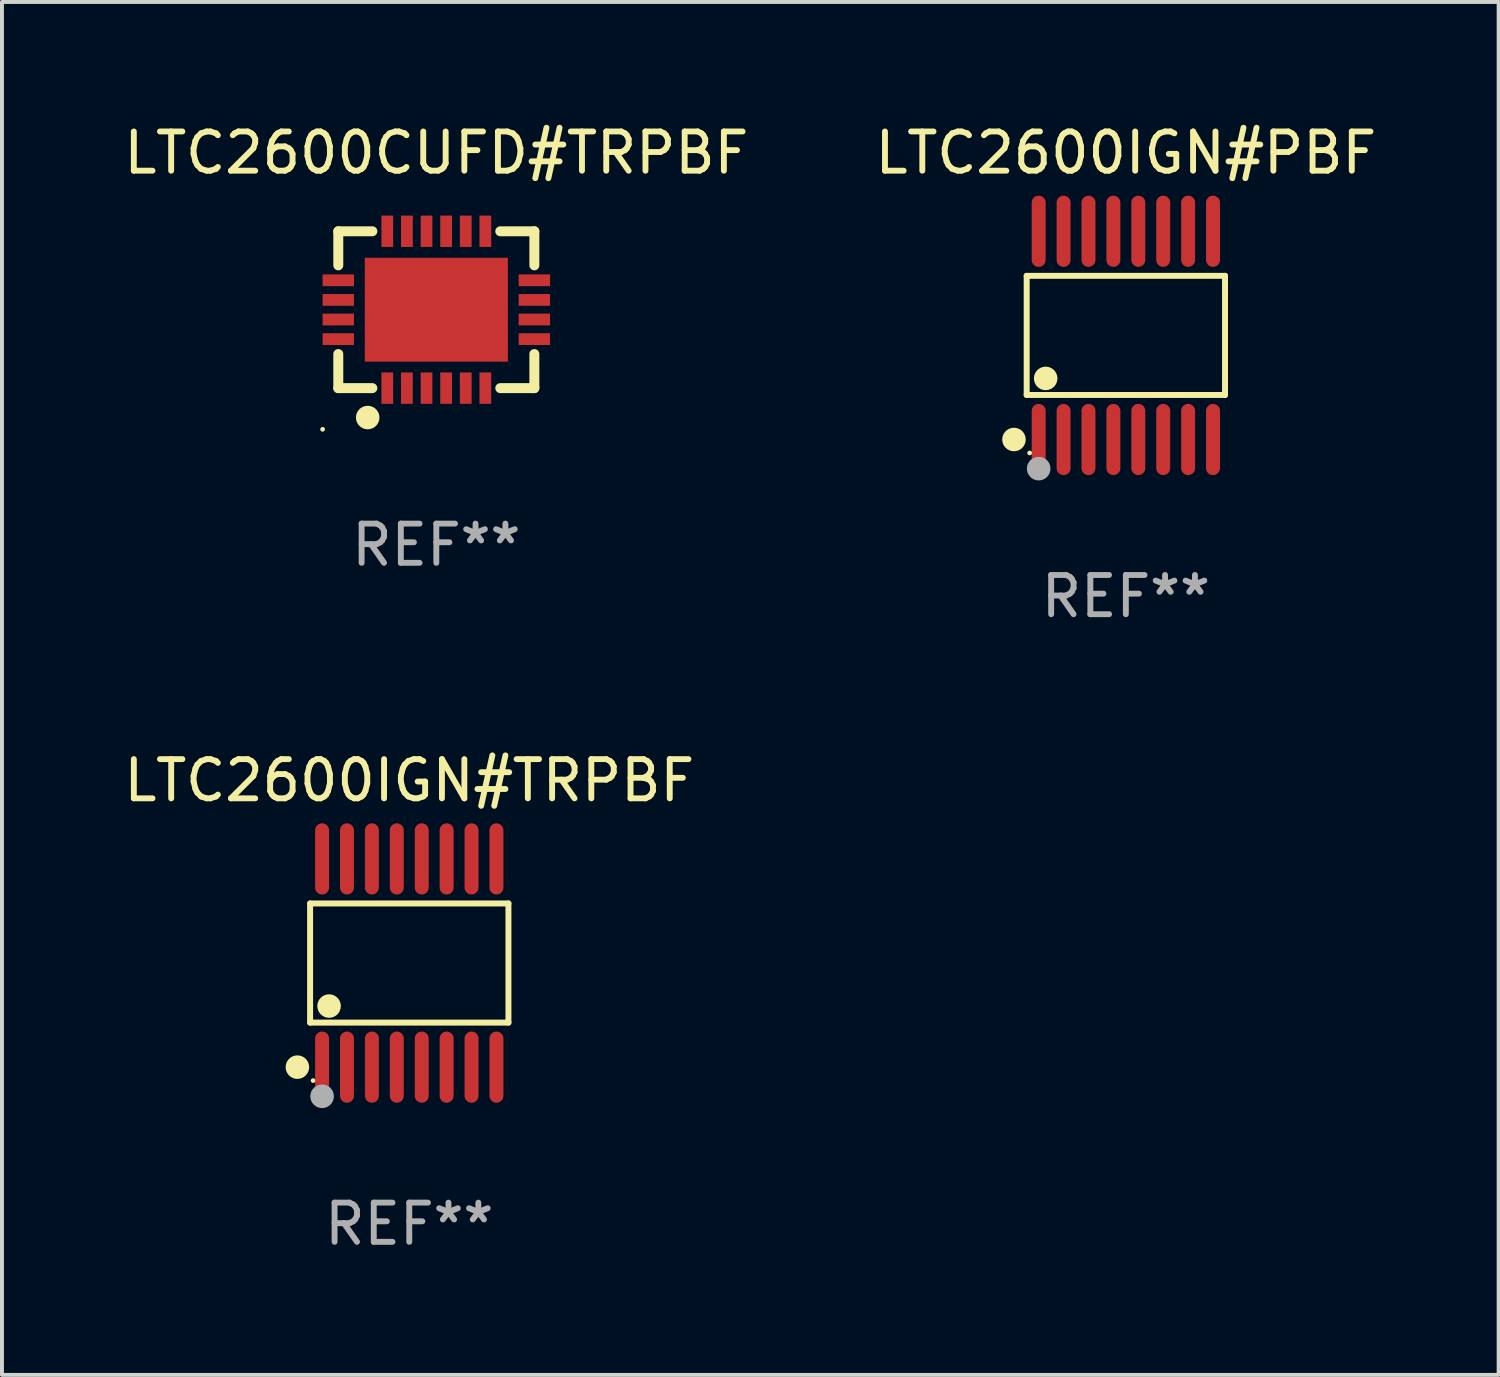
<source format=kicad_pcb>
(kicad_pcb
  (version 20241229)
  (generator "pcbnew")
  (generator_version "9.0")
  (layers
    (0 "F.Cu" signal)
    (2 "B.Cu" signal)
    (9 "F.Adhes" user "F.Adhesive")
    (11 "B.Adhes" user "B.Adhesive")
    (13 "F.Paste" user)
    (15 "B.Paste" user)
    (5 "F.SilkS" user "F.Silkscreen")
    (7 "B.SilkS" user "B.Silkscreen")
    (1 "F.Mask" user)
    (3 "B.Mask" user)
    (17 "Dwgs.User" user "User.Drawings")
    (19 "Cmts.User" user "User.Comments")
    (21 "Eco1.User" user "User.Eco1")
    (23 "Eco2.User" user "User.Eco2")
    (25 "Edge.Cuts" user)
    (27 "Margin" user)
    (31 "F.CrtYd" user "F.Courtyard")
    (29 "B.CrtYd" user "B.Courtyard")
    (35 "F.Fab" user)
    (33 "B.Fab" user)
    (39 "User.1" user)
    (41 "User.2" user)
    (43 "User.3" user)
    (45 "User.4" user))
  (footprint "LTC2600IGN#PBF"
    (layer "F.Cu")
    (at 25.661 5.503)
    (property "Reference" "LTC2600IGN#PBF" (at 0 -4.655 0) (layer "F.SilkS") (effects (font (size 1 1) (thickness 0.15))))
    (attr through_hole)
    (fp_line (start -2.529 -1.519) (end 2.529 -1.519) (stroke (width 0.152) (type solid)) (layer "F.SilkS"))
    (fp_line (start -2.529 1.519) (end -2.529 -1.519) (stroke (width 0.152) (type solid)) (layer "F.SilkS"))
    (fp_line (start 2.529 -1.519) (end 2.529 1.519) (stroke (width 0.152) (type solid)) (layer "F.SilkS"))
    (fp_line (start 2.529 1.519) (end -2.529 1.519) (stroke (width 0.152) (type solid)) (layer "F.SilkS"))
    (fp_circle (center -2.853 2.655) (end -2.703 2.655) (stroke (width 0.3) (type solid)) (fill no) (layer "F.SilkS"))
    (fp_circle (center -2.453 2.998) (end -2.423 2.998) (stroke (width 0.06) (type solid)) (fill no) (layer "F.SilkS"))
    (fp_circle (center -2.045 1.097) (end -1.895 1.097) (stroke (width 0.3) (type solid)) (fill no) (layer "F.SilkS"))
    (fp_circle (center -2.223 3.398) (end -2.072 3.398) (stroke (width 0.3) (type solid)) (fill no) (layer "F.Fab"))
    (fp_text user "REF**" (at 0 6.655 0) (layer "F.Fab") (effects (font (size 1 1) (thickness 0.15))))
    (pad "1" smd oval (at -2.223 2.655) (size 0.356 1.815) (layers "F.Cu" "F.Mask" "F.Paste"))
    (pad "2" smd oval (at -1.588 2.655) (size 0.356 1.815) (layers "F.Cu" "F.Mask" "F.Paste"))
    (pad "3" smd oval (at -0.953 2.655) (size 0.356 1.815) (layers "F.Cu" "F.Mask" "F.Paste"))
    (pad "4" smd oval (at -0.318 2.655) (size 0.356 1.815) (layers "F.Cu" "F.Mask" "F.Paste"))
    (pad "5" smd oval (at 0.318 2.655) (size 0.356 1.815) (layers "F.Cu" "F.Mask" "F.Paste"))
    (pad "6" smd oval (at 0.953 2.655) (size 0.356 1.815) (layers "F.Cu" "F.Mask" "F.Paste"))
    (pad "7" smd oval (at 1.588 2.655) (size 0.356 1.815) (layers "F.Cu" "F.Mask" "F.Paste"))
    (pad "8" smd oval (at 2.223 2.655) (size 0.356 1.815) (layers "F.Cu" "F.Mask" "F.Paste"))
    (pad "9" smd oval (at 2.223 -2.655) (size 0.356 1.815) (layers "F.Cu" "F.Mask" "F.Paste"))
    (pad "10" smd oval (at 1.588 -2.655) (size 0.356 1.815) (layers "F.Cu" "F.Mask" "F.Paste"))
    (pad "11" smd oval (at 0.953 -2.655) (size 0.356 1.815) (layers "F.Cu" "F.Mask" "F.Paste"))
    (pad "12" smd oval (at 0.318 -2.655) (size 0.356 1.815) (layers "F.Cu" "F.Mask" "F.Paste"))
    (pad "13" smd oval (at -0.318 -2.655) (size 0.356 1.815) (layers "F.Cu" "F.Mask" "F.Paste"))
    (pad "14" smd oval (at -0.953 -2.655) (size 0.356 1.815) (layers "F.Cu" "F.Mask" "F.Paste"))
    (pad "15" smd oval (at -1.588 -2.655) (size 0.356 1.815) (layers "F.Cu" "F.Mask" "F.Paste"))
    (pad "16" smd oval (at -2.223 -2.655) (size 0.356 1.815) (layers "F.Cu" "F.Mask" "F.Paste")))
  (footprint "LTC2600CUFD#TRPBF"
    (layer "F.Cu")
    (at 8.077 4.848)
    (property "Reference" "LTC2600CUFD#TRPBF" (at 0 -4 0) (layer "F.SilkS") (effects (font (size 1 1) (thickness 0.15))))
    (attr through_hole)
    (fp_line (start -2.5 -2) (end -1.631 -2) (stroke (width 0.254) (type solid)) (layer "F.SilkS"))
    (fp_line (start -2.5 -1.131) (end -2.5 -2) (stroke (width 0.254) (type solid)) (layer "F.SilkS"))
    (fp_line (start -2.5 2) (end -2.5 1.131) (stroke (width 0.254) (type solid)) (layer "F.SilkS"))
    (fp_line (start -1.631 2) (end -2.5 2) (stroke (width 0.254) (type solid)) (layer "F.SilkS"))
    (fp_line (start 1.631 -2) (end 2.5 -2) (stroke (width 0.254) (type solid)) (layer "F.SilkS"))
    (fp_line (start 2.5 -2) (end 2.5 -1.131) (stroke (width 0.254) (type solid)) (layer "F.SilkS"))
    (fp_line (start 2.5 1.131) (end 2.5 2) (stroke (width 0.254) (type solid)) (layer "F.SilkS"))
    (fp_line (start 2.5 2) (end 1.631 2) (stroke (width 0.254) (type solid)) (layer "F.SilkS"))
    (fp_circle (center -2.9 3.05) (end -2.87 3.05) (stroke (width 0.06) (type solid)) (fill no) (layer "F.SilkS"))
    (fp_circle (center -1.75 2.75) (end -1.6 2.75) (stroke (width 0.3) (type solid)) (fill no) (layer "F.SilkS"))
    (fp_text user "REF**" (at 0 6 0) (layer "F.Fab") (effects (font (size 1 1) (thickness 0.15))))
    (pad "1" smd rect (at -1.25 2 90) (size 0.8 0.3) (layers "F.Cu" "F.Mask" "F.Paste"))
    (pad "2" smd rect (at -0.75 2 90) (size 0.8 0.3) (layers "F.Cu" "F.Mask" "F.Paste"))
    (pad "3" smd rect (at -0.25 2 90) (size 0.8 0.3) (layers "F.Cu" "F.Mask" "F.Paste"))
    (pad "4" smd rect (at 0.25 2 90) (size 0.8 0.3) (layers "F.Cu" "F.Mask" "F.Paste"))
    (pad "5" smd rect (at 0.75 2 90) (size 0.8 0.3) (layers "F.Cu" "F.Mask" "F.Paste"))
    (pad "6" smd rect (at 1.25 2 90) (size 0.8 0.3) (layers "F.Cu" "F.Mask" "F.Paste"))
    (pad "7" smd rect (at 2.5 0.75 180) (size 0.8 0.3) (layers "F.Cu" "F.Mask" "F.Paste"))
    (pad "8" smd rect (at 2.5 0.25 180) (size 0.8 0.3) (layers "F.Cu" "F.Mask" "F.Paste"))
    (pad "9" smd rect (at 2.5 -0.25 180) (size 0.8 0.3) (layers "F.Cu" "F.Mask" "F.Paste"))
    (pad "10" smd rect (at 2.5 -0.75 180) (size 0.8 0.3) (layers "F.Cu" "F.Mask" "F.Paste"))
    (pad "11" smd rect (at 1.25 -2 270) (size 0.8 0.3) (layers "F.Cu" "F.Mask" "F.Paste"))
    (pad "12" smd rect (at 0.75 -2 270) (size 0.8 0.3) (layers "F.Cu" "F.Mask" "F.Paste"))
    (pad "13" smd rect (at 0.25 -2 270) (size 0.8 0.3) (layers "F.Cu" "F.Mask" "F.Paste"))
    (pad "14" smd rect (at -0.25 -2 270) (size 0.8 0.3) (layers "F.Cu" "F.Mask" "F.Paste"))
    (pad "15" smd rect (at -0.75 -2 270) (size 0.8 0.3) (layers "F.Cu" "F.Mask" "F.Paste"))
    (pad "16" smd rect (at -1.25 -2 270) (size 0.8 0.3) (layers "F.Cu" "F.Mask" "F.Paste"))
    (pad "17" smd rect (at -2.5 -0.75) (size 0.8 0.3) (layers "F.Cu" "F.Mask" "F.Paste"))
    (pad "18" smd rect (at -2.5 -0.25) (size 0.8 0.3) (layers "F.Cu" "F.Mask" "F.Paste"))
    (pad "19" smd rect (at -2.5 0.25) (size 0.8 0.3) (layers "F.Cu" "F.Mask" "F.Paste"))
    (pad "20" smd rect (at -2.5 0.75) (size 0.8 0.3) (layers "F.Cu" "F.Mask" "F.Paste"))
    (pad "21" smd rect (at 0 0) (size 3.65 2.65) (layers "F.Cu" "F.Mask" "F.Paste")))
  (footprint "LTC2600IGN#TRPBF"
    (layer "F.Cu")
    (at 7.387 21.509)
    (property "Reference" "LTC2600IGN#TRPBF" (at 0 -4.655 0) (layer "F.SilkS") (effects (font (size 1 1) (thickness 0.15))))
    (attr through_hole)
    (fp_line (start -2.529 -1.519) (end 2.529 -1.519) (stroke (width 0.152) (type solid)) (layer "F.SilkS"))
    (fp_line (start -2.529 1.519) (end -2.529 -1.519) (stroke (width 0.152) (type solid)) (layer "F.SilkS"))
    (fp_line (start 2.529 -1.519) (end 2.529 1.519) (stroke (width 0.152) (type solid)) (layer "F.SilkS"))
    (fp_line (start 2.529 1.519) (end -2.529 1.519) (stroke (width 0.152) (type solid)) (layer "F.SilkS"))
    (fp_circle (center -2.853 2.655) (end -2.703 2.655) (stroke (width 0.3) (type solid)) (fill no) (layer "F.SilkS"))
    (fp_circle (center -2.453 2.998) (end -2.423 2.998) (stroke (width 0.06) (type solid)) (fill no) (layer "F.SilkS"))
    (fp_circle (center -2.045 1.097) (end -1.895 1.097) (stroke (width 0.3) (type solid)) (fill no) (layer "F.SilkS"))
    (fp_circle (center -2.223 3.398) (end -2.072 3.398) (stroke (width 0.3) (type solid)) (fill no) (layer "F.Fab"))
    (fp_text user "REF**" (at 0 6.655 0) (layer "F.Fab") (effects (font (size 1 1) (thickness 0.15))))
    (pad "1" smd oval (at -2.223 2.655) (size 0.356 1.815) (layers "F.Cu" "F.Mask" "F.Paste"))
    (pad "2" smd oval (at -1.588 2.655) (size 0.356 1.815) (layers "F.Cu" "F.Mask" "F.Paste"))
    (pad "3" smd oval (at -0.953 2.655) (size 0.356 1.815) (layers "F.Cu" "F.Mask" "F.Paste"))
    (pad "4" smd oval (at -0.318 2.655) (size 0.356 1.815) (layers "F.Cu" "F.Mask" "F.Paste"))
    (pad "5" smd oval (at 0.318 2.655) (size 0.356 1.815) (layers "F.Cu" "F.Mask" "F.Paste"))
    (pad "6" smd oval (at 0.953 2.655) (size 0.356 1.815) (layers "F.Cu" "F.Mask" "F.Paste"))
    (pad "7" smd oval (at 1.588 2.655) (size 0.356 1.815) (layers "F.Cu" "F.Mask" "F.Paste"))
    (pad "8" smd oval (at 2.223 2.655) (size 0.356 1.815) (layers "F.Cu" "F.Mask" "F.Paste"))
    (pad "9" smd oval (at 2.223 -2.655) (size 0.356 1.815) (layers "F.Cu" "F.Mask" "F.Paste"))
    (pad "10" smd oval (at 1.588 -2.655) (size 0.356 1.815) (layers "F.Cu" "F.Mask" "F.Paste"))
    (pad "11" smd oval (at 0.953 -2.655) (size 0.356 1.815) (layers "F.Cu" "F.Mask" "F.Paste"))
    (pad "12" smd oval (at 0.318 -2.655) (size 0.356 1.815) (layers "F.Cu" "F.Mask" "F.Paste"))
    (pad "13" smd oval (at -0.318 -2.655) (size 0.356 1.815) (layers "F.Cu" "F.Mask" "F.Paste"))
    (pad "14" smd oval (at -0.953 -2.655) (size 0.356 1.815) (layers "F.Cu" "F.Mask" "F.Paste"))
    (pad "15" smd oval (at -1.588 -2.655) (size 0.356 1.815) (layers "F.Cu" "F.Mask" "F.Paste"))
    (pad "16" smd oval (at -2.223 -2.655) (size 0.356 1.815) (layers "F.Cu" "F.Mask" "F.Paste")))
  (gr_rect
    (start -3 -3)
    (end 35.167 32.012)
    (stroke (width 0.1) (type default))
    (fill no)
    (layer "Edge.Cuts")))
</source>
